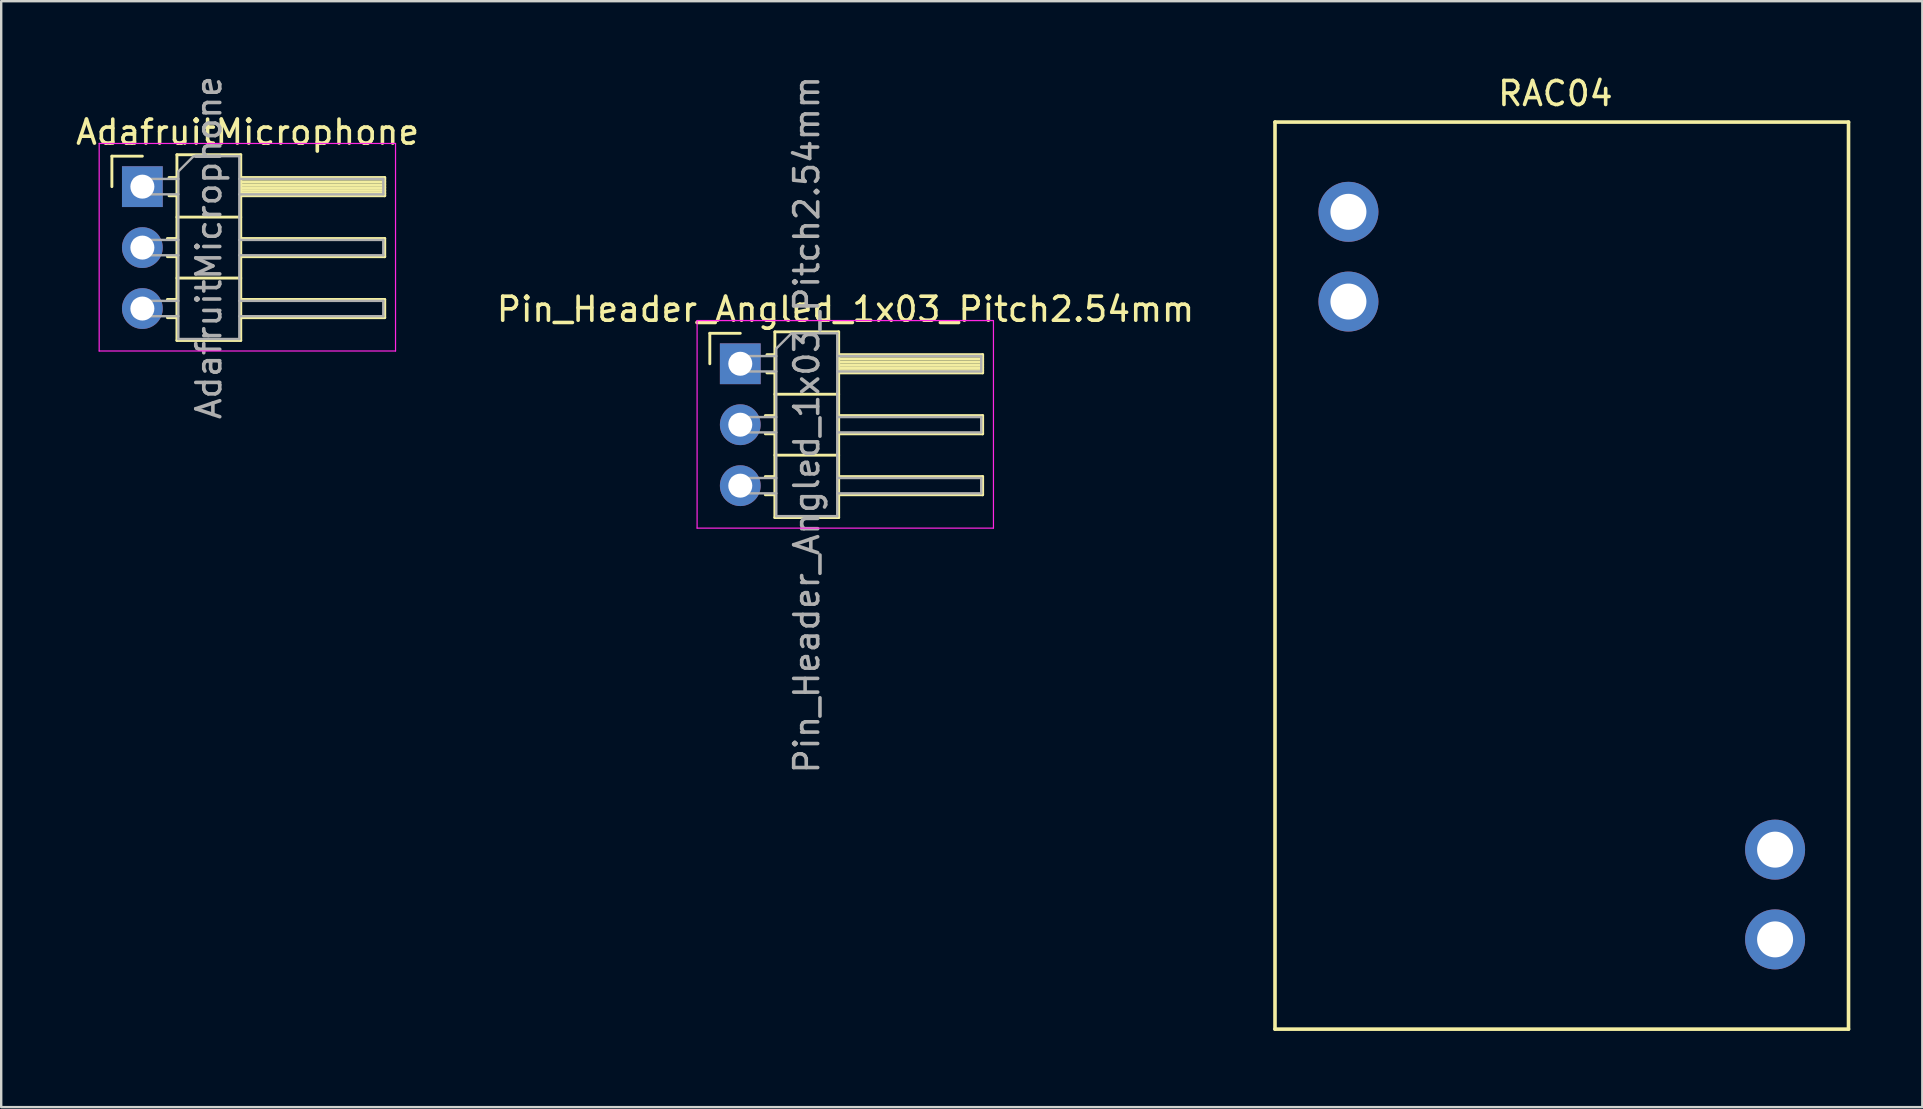
<source format=kicad_pcb>
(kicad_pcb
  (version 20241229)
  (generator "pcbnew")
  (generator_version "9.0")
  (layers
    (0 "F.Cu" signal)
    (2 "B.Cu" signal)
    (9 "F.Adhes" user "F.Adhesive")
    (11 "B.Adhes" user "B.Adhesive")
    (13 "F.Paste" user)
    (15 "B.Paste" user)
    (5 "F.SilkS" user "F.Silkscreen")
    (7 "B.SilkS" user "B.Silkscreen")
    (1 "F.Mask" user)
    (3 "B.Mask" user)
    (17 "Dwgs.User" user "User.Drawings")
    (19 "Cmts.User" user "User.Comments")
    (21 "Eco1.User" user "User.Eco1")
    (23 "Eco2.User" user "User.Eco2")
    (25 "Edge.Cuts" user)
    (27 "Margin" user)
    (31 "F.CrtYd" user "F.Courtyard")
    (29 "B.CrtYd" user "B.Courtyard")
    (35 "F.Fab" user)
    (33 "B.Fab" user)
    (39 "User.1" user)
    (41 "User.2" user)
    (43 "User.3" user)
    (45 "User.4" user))
  (footprint "RAC04"
    (layer "F.Cu")
    (at 50.083 39.837)
    (property "Reference" "RAC04" (at 11.684 -38.989 0) (layer "F.SilkS") (effects (font (size 1 1) (thickness 0.15))))
    (attr through_hole)
    (fp_line (start 0 -37.8) (end 23.9 -37.8) (stroke (width 0.15) (type solid)) (layer "F.SilkS"))
    (fp_line (start 0 0) (end 0 -37.8) (stroke (width 0.15) (type solid)) (layer "F.SilkS"))
    (fp_line (start 23.9 -37.8) (end 23.9 0) (stroke (width 0.15) (type solid)) (layer "F.SilkS"))
    (fp_line (start 23.9 0) (end 0 0) (stroke (width 0.15) (type solid)) (layer "F.SilkS"))
    (pad "1" thru_hole circle (at 3.06 -34.06) (size 2.5 2.5) (drill 1.5) (layers "*.Cu" "*.Mask"))
    (pad "2" thru_hole circle (at 3.06 -30.32) (size 2.5 2.5) (drill 1.5) (layers "*.Cu" "*.Mask"))
    (pad "3" thru_hole circle (at 20.84 -7.48) (size 2.5 2.5) (drill 1.5) (layers "*.Cu" "*.Mask"))
    (pad "4" thru_hole circle (at 20.84 -3.74) (size 2.5 2.5) (drill 1.5) (layers "*.Cu" "*.Mask")))
  (footprint "AdafruitMicrophone"
    (layer "F.Cu")
    (at 2.883 4.728)
    (property "Reference" "AdafruitMicrophone" (at 4.385 -2.27 0) (layer "F.SilkS") (effects (font (size 1 1) (thickness 0.15))))
    (attr through_hole)
    (fp_line (start -1.27 -1.27) (end 0 -1.27) (stroke (width 0.12) (type solid)) (layer "F.SilkS"))
    (fp_line (start -1.27 0) (end -1.27 -1.27) (stroke (width 0.12) (type solid)) (layer "F.SilkS"))
    (fp_line (start 1.043 2.16) (end 1.44 2.16) (stroke (width 0.12) (type solid)) (layer "F.SilkS"))
    (fp_line (start 1.043 2.92) (end 1.44 2.92) (stroke (width 0.12) (type solid)) (layer "F.SilkS"))
    (fp_line (start 1.043 4.7) (end 1.44 4.7) (stroke (width 0.12) (type solid)) (layer "F.SilkS"))
    (fp_line (start 1.043 5.46) (end 1.44 5.46) (stroke (width 0.12) (type solid)) (layer "F.SilkS"))
    (fp_line (start 1.11 -0.38) (end 1.44 -0.38) (stroke (width 0.12) (type solid)) (layer "F.SilkS"))
    (fp_line (start 1.11 0.38) (end 1.44 0.38) (stroke (width 0.12) (type solid)) (layer "F.SilkS"))
    (fp_line (start 1.44 -1.33) (end 1.44 6.41) (stroke (width 0.12) (type solid)) (layer "F.SilkS"))
    (fp_line (start 1.44 1.27) (end 4.1 1.27) (stroke (width 0.12) (type solid)) (layer "F.SilkS"))
    (fp_line (start 1.44 3.81) (end 4.1 3.81) (stroke (width 0.12) (type solid)) (layer "F.SilkS"))
    (fp_line (start 1.44 6.41) (end 4.1 6.41) (stroke (width 0.12) (type solid)) (layer "F.SilkS"))
    (fp_line (start 4.1 -1.33) (end 1.44 -1.33) (stroke (width 0.12) (type solid)) (layer "F.SilkS"))
    (fp_line (start 4.1 -0.38) (end 10.1 -0.38) (stroke (width 0.12) (type solid)) (layer "F.SilkS"))
    (fp_line (start 4.1 -0.32) (end 10.1 -0.32) (stroke (width 0.12) (type solid)) (layer "F.SilkS"))
    (fp_line (start 4.1 -0.2) (end 10.1 -0.2) (stroke (width 0.12) (type solid)) (layer "F.SilkS"))
    (fp_line (start 4.1 -0.08) (end 10.1 -0.08) (stroke (width 0.12) (type solid)) (layer "F.SilkS"))
    (fp_line (start 4.1 0.04) (end 10.1 0.04) (stroke (width 0.12) (type solid)) (layer "F.SilkS"))
    (fp_line (start 4.1 0.16) (end 10.1 0.16) (stroke (width 0.12) (type solid)) (layer "F.SilkS"))
    (fp_line (start 4.1 0.28) (end 10.1 0.28) (stroke (width 0.12) (type solid)) (layer "F.SilkS"))
    (fp_line (start 4.1 2.16) (end 10.1 2.16) (stroke (width 0.12) (type solid)) (layer "F.SilkS"))
    (fp_line (start 4.1 4.7) (end 10.1 4.7) (stroke (width 0.12) (type solid)) (layer "F.SilkS"))
    (fp_line (start 4.1 6.41) (end 4.1 -1.33) (stroke (width 0.12) (type solid)) (layer "F.SilkS"))
    (fp_line (start 10.1 -0.38) (end 10.1 0.38) (stroke (width 0.12) (type solid)) (layer "F.SilkS"))
    (fp_line (start 10.1 0.38) (end 4.1 0.38) (stroke (width 0.12) (type solid)) (layer "F.SilkS"))
    (fp_line (start 10.1 2.16) (end 10.1 2.92) (stroke (width 0.12) (type solid)) (layer "F.SilkS"))
    (fp_line (start 10.1 2.92) (end 4.1 2.92) (stroke (width 0.12) (type solid)) (layer "F.SilkS"))
    (fp_line (start 10.1 4.7) (end 10.1 5.46) (stroke (width 0.12) (type solid)) (layer "F.SilkS"))
    (fp_line (start 10.1 5.46) (end 4.1 5.46) (stroke (width 0.12) (type solid)) (layer "F.SilkS"))
    (fp_line (start -1.8 -1.8) (end -1.8 6.85) (stroke (width 0.05) (type solid)) (layer "F.CrtYd"))
    (fp_line (start -1.8 6.85) (end 10.55 6.85) (stroke (width 0.05) (type solid)) (layer "F.CrtYd"))
    (fp_line (start 10.55 -1.8) (end -1.8 -1.8) (stroke (width 0.05) (type solid)) (layer "F.CrtYd"))
    (fp_line (start 10.55 6.85) (end 10.55 -1.8) (stroke (width 0.05) (type solid)) (layer "F.CrtYd"))
    (fp_line (start -0.32 -0.32) (end -0.32 0.32) (stroke (width 0.1) (type solid)) (layer "F.Fab"))
    (fp_line (start -0.32 -0.32) (end 1.5 -0.32) (stroke (width 0.1) (type solid)) (layer "F.Fab"))
    (fp_line (start -0.32 0.32) (end 1.5 0.32) (stroke (width 0.1) (type solid)) (layer "F.Fab"))
    (fp_line (start -0.32 2.22) (end -0.32 2.86) (stroke (width 0.1) (type solid)) (layer "F.Fab"))
    (fp_line (start -0.32 2.22) (end 1.5 2.22) (stroke (width 0.1) (type solid)) (layer "F.Fab"))
    (fp_line (start -0.32 2.86) (end 1.5 2.86) (stroke (width 0.1) (type solid)) (layer "F.Fab"))
    (fp_line (start -0.32 4.76) (end -0.32 5.4) (stroke (width 0.1) (type solid)) (layer "F.Fab"))
    (fp_line (start -0.32 4.76) (end 1.5 4.76) (stroke (width 0.1) (type solid)) (layer "F.Fab"))
    (fp_line (start -0.32 5.4) (end 1.5 5.4) (stroke (width 0.1) (type solid)) (layer "F.Fab"))
    (fp_line (start 1.5 -0.635) (end 2.135 -1.27) (stroke (width 0.1) (type solid)) (layer "F.Fab"))
    (fp_line (start 1.5 6.35) (end 1.5 -0.635) (stroke (width 0.1) (type solid)) (layer "F.Fab"))
    (fp_line (start 2.135 -1.27) (end 4.04 -1.27) (stroke (width 0.1) (type solid)) (layer "F.Fab"))
    (fp_line (start 4.04 -1.27) (end 4.04 6.35) (stroke (width 0.1) (type solid)) (layer "F.Fab"))
    (fp_line (start 4.04 -0.32) (end 10.04 -0.32) (stroke (width 0.1) (type solid)) (layer "F.Fab"))
    (fp_line (start 4.04 0.32) (end 10.04 0.32) (stroke (width 0.1) (type solid)) (layer "F.Fab"))
    (fp_line (start 4.04 2.22) (end 10.04 2.22) (stroke (width 0.1) (type solid)) (layer "F.Fab"))
    (fp_line (start 4.04 2.86) (end 10.04 2.86) (stroke (width 0.1) (type solid)) (layer "F.Fab"))
    (fp_line (start 4.04 4.76) (end 10.04 4.76) (stroke (width 0.1) (type solid)) (layer "F.Fab"))
    (fp_line (start 4.04 5.4) (end 10.04 5.4) (stroke (width 0.1) (type solid)) (layer "F.Fab"))
    (fp_line (start 4.04 6.35) (end 1.5 6.35) (stroke (width 0.1) (type solid)) (layer "F.Fab"))
    (fp_line (start 10.04 -0.32) (end 10.04 0.32) (stroke (width 0.1) (type solid)) (layer "F.Fab"))
    (fp_line (start 10.04 2.22) (end 10.04 2.86) (stroke (width 0.1) (type solid)) (layer "F.Fab"))
    (fp_line (start 10.04 4.76) (end 10.04 5.4) (stroke (width 0.1) (type solid)) (layer "F.Fab"))
    (fp_text user "${REFERENCE}" (at 2.77 2.54 90) (layer "F.Fab") (effects (font (size 1 1) (thickness 0.15))))
    (pad "1" thru_hole rect (at 0 0) (size 1.7 1.7) (drill 1) (layers "*.Cu" "*.Mask"))
    (pad "2" thru_hole oval (at 0 2.54) (size 1.7 1.7) (drill 1) (layers "*.Cu" "*.Mask"))
    (pad "3" thru_hole oval (at 0 5.08) (size 1.7 1.7) (drill 1) (layers "*.Cu" "*.Mask")))
  (footprint "Pin_Header_Angled_1x03_Pitch2.54mm"
    (layer "F.Cu")
    (at 27.8 12.109)
    (property "Reference" "Pin_Header_Angled_1x03_Pitch2.54mm" (at 4.385 -2.27 0) (layer "F.SilkS") (effects (font (size 1 1) (thickness 0.15))))
    (attr through_hole)
    (fp_line (start -1.27 -1.27) (end 0 -1.27) (stroke (width 0.12) (type solid)) (layer "F.SilkS"))
    (fp_line (start -1.27 0) (end -1.27 -1.27) (stroke (width 0.12) (type solid)) (layer "F.SilkS"))
    (fp_line (start 1.043 2.16) (end 1.44 2.16) (stroke (width 0.12) (type solid)) (layer "F.SilkS"))
    (fp_line (start 1.043 2.92) (end 1.44 2.92) (stroke (width 0.12) (type solid)) (layer "F.SilkS"))
    (fp_line (start 1.043 4.7) (end 1.44 4.7) (stroke (width 0.12) (type solid)) (layer "F.SilkS"))
    (fp_line (start 1.043 5.46) (end 1.44 5.46) (stroke (width 0.12) (type solid)) (layer "F.SilkS"))
    (fp_line (start 1.11 -0.38) (end 1.44 -0.38) (stroke (width 0.12) (type solid)) (layer "F.SilkS"))
    (fp_line (start 1.11 0.38) (end 1.44 0.38) (stroke (width 0.12) (type solid)) (layer "F.SilkS"))
    (fp_line (start 1.44 -1.33) (end 1.44 6.41) (stroke (width 0.12) (type solid)) (layer "F.SilkS"))
    (fp_line (start 1.44 1.27) (end 4.1 1.27) (stroke (width 0.12) (type solid)) (layer "F.SilkS"))
    (fp_line (start 1.44 3.81) (end 4.1 3.81) (stroke (width 0.12) (type solid)) (layer "F.SilkS"))
    (fp_line (start 1.44 6.41) (end 4.1 6.41) (stroke (width 0.12) (type solid)) (layer "F.SilkS"))
    (fp_line (start 4.1 -1.33) (end 1.44 -1.33) (stroke (width 0.12) (type solid)) (layer "F.SilkS"))
    (fp_line (start 4.1 -0.38) (end 10.1 -0.38) (stroke (width 0.12) (type solid)) (layer "F.SilkS"))
    (fp_line (start 4.1 -0.32) (end 10.1 -0.32) (stroke (width 0.12) (type solid)) (layer "F.SilkS"))
    (fp_line (start 4.1 -0.2) (end 10.1 -0.2) (stroke (width 0.12) (type solid)) (layer "F.SilkS"))
    (fp_line (start 4.1 -0.08) (end 10.1 -0.08) (stroke (width 0.12) (type solid)) (layer "F.SilkS"))
    (fp_line (start 4.1 0.04) (end 10.1 0.04) (stroke (width 0.12) (type solid)) (layer "F.SilkS"))
    (fp_line (start 4.1 0.16) (end 10.1 0.16) (stroke (width 0.12) (type solid)) (layer "F.SilkS"))
    (fp_line (start 4.1 0.28) (end 10.1 0.28) (stroke (width 0.12) (type solid)) (layer "F.SilkS"))
    (fp_line (start 4.1 2.16) (end 10.1 2.16) (stroke (width 0.12) (type solid)) (layer "F.SilkS"))
    (fp_line (start 4.1 4.7) (end 10.1 4.7) (stroke (width 0.12) (type solid)) (layer "F.SilkS"))
    (fp_line (start 4.1 6.41) (end 4.1 -1.33) (stroke (width 0.12) (type solid)) (layer "F.SilkS"))
    (fp_line (start 10.1 -0.38) (end 10.1 0.38) (stroke (width 0.12) (type solid)) (layer "F.SilkS"))
    (fp_line (start 10.1 0.38) (end 4.1 0.38) (stroke (width 0.12) (type solid)) (layer "F.SilkS"))
    (fp_line (start 10.1 2.16) (end 10.1 2.92) (stroke (width 0.12) (type solid)) (layer "F.SilkS"))
    (fp_line (start 10.1 2.92) (end 4.1 2.92) (stroke (width 0.12) (type solid)) (layer "F.SilkS"))
    (fp_line (start 10.1 4.7) (end 10.1 5.46) (stroke (width 0.12) (type solid)) (layer "F.SilkS"))
    (fp_line (start 10.1 5.46) (end 4.1 5.46) (stroke (width 0.12) (type solid)) (layer "F.SilkS"))
    (fp_line (start -1.8 -1.8) (end -1.8 6.85) (stroke (width 0.05) (type solid)) (layer "F.CrtYd"))
    (fp_line (start -1.8 6.85) (end 10.55 6.85) (stroke (width 0.05) (type solid)) (layer "F.CrtYd"))
    (fp_line (start 10.55 -1.8) (end -1.8 -1.8) (stroke (width 0.05) (type solid)) (layer "F.CrtYd"))
    (fp_line (start 10.55 6.85) (end 10.55 -1.8) (stroke (width 0.05) (type solid)) (layer "F.CrtYd"))
    (fp_line (start -0.32 -0.32) (end -0.32 0.32) (stroke (width 0.1) (type solid)) (layer "F.Fab"))
    (fp_line (start -0.32 -0.32) (end 1.5 -0.32) (stroke (width 0.1) (type solid)) (layer "F.Fab"))
    (fp_line (start -0.32 0.32) (end 1.5 0.32) (stroke (width 0.1) (type solid)) (layer "F.Fab"))
    (fp_line (start -0.32 2.22) (end -0.32 2.86) (stroke (width 0.1) (type solid)) (layer "F.Fab"))
    (fp_line (start -0.32 2.22) (end 1.5 2.22) (stroke (width 0.1) (type solid)) (layer "F.Fab"))
    (fp_line (start -0.32 2.86) (end 1.5 2.86) (stroke (width 0.1) (type solid)) (layer "F.Fab"))
    (fp_line (start -0.32 4.76) (end -0.32 5.4) (stroke (width 0.1) (type solid)) (layer "F.Fab"))
    (fp_line (start -0.32 4.76) (end 1.5 4.76) (stroke (width 0.1) (type solid)) (layer "F.Fab"))
    (fp_line (start -0.32 5.4) (end 1.5 5.4) (stroke (width 0.1) (type solid)) (layer "F.Fab"))
    (fp_line (start 1.5 -0.635) (end 2.135 -1.27) (stroke (width 0.1) (type solid)) (layer "F.Fab"))
    (fp_line (start 1.5 6.35) (end 1.5 -0.635) (stroke (width 0.1) (type solid)) (layer "F.Fab"))
    (fp_line (start 2.135 -1.27) (end 4.04 -1.27) (stroke (width 0.1) (type solid)) (layer "F.Fab"))
    (fp_line (start 4.04 -1.27) (end 4.04 6.35) (stroke (width 0.1) (type solid)) (layer "F.Fab"))
    (fp_line (start 4.04 -0.32) (end 10.04 -0.32) (stroke (width 0.1) (type solid)) (layer "F.Fab"))
    (fp_line (start 4.04 0.32) (end 10.04 0.32) (stroke (width 0.1) (type solid)) (layer "F.Fab"))
    (fp_line (start 4.04 2.22) (end 10.04 2.22) (stroke (width 0.1) (type solid)) (layer "F.Fab"))
    (fp_line (start 4.04 2.86) (end 10.04 2.86) (stroke (width 0.1) (type solid)) (layer "F.Fab"))
    (fp_line (start 4.04 4.76) (end 10.04 4.76) (stroke (width 0.1) (type solid)) (layer "F.Fab"))
    (fp_line (start 4.04 5.4) (end 10.04 5.4) (stroke (width 0.1) (type solid)) (layer "F.Fab"))
    (fp_line (start 4.04 6.35) (end 1.5 6.35) (stroke (width 0.1) (type solid)) (layer "F.Fab"))
    (fp_line (start 10.04 -0.32) (end 10.04 0.32) (stroke (width 0.1) (type solid)) (layer "F.Fab"))
    (fp_line (start 10.04 2.22) (end 10.04 2.86) (stroke (width 0.1) (type solid)) (layer "F.Fab"))
    (fp_line (start 10.04 4.76) (end 10.04 5.4) (stroke (width 0.1) (type solid)) (layer "F.Fab"))
    (fp_text user "${REFERENCE}" (at 2.77 2.54 90) (layer "F.Fab") (effects (font (size 1 1) (thickness 0.15))))
    (pad "1" thru_hole rect (at 0 0) (size 1.7 1.7) (drill 1) (layers "*.Cu" "*.Mask"))
    (pad "2" thru_hole oval (at 0 2.54) (size 1.7 1.7) (drill 1) (layers "*.Cu" "*.Mask"))
    (pad "3" thru_hole oval (at 0 5.08) (size 1.7 1.7) (drill 1) (layers "*.Cu" "*.Mask")))
  (gr_rect
    (start -3 -3)
    (end 77.058 43.087)
    (stroke (width 0.1) (type default))
    (fill no)
    (layer "Edge.Cuts")))
</source>
